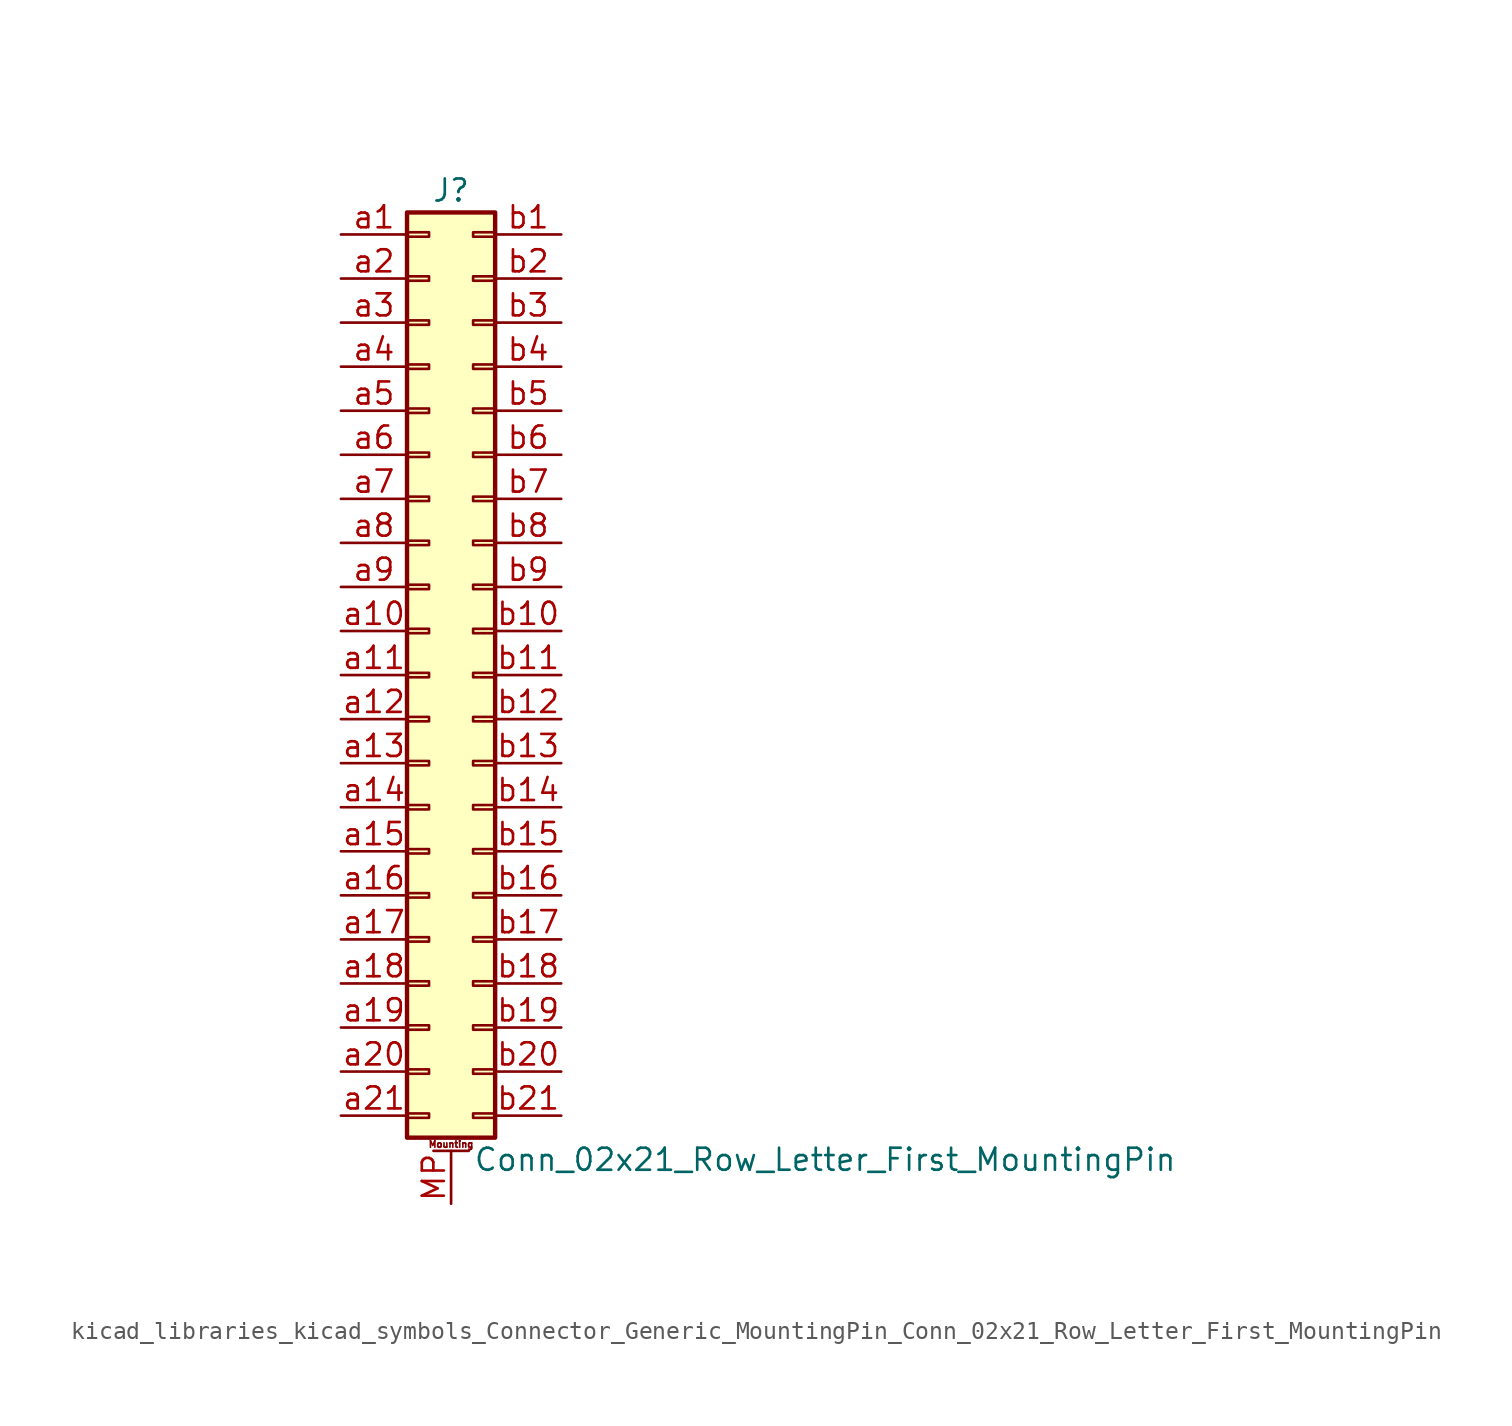
<source format=kicad_sym>
(kicad_symbol_lib
  (version 20220914)
  (generator kicad_symbol_editor)
  (symbol "kicad_libraries_kicad_symbols_Connector_Generic_MountingPin_Conn_02x21_Row_Letter_First_MountingPin"
    (pin_names
      (offset 1.016) hide)
    (property "Reference" "J"
      (at 1.27 27.94 0)
      (effects (font (size 1.27 1.27))))
    (property "Value" "Conn_02x21_Row_Letter_First_MountingPin"
      (at 2.54 -27.94 0)
      (effects (font (size 1.27 1.27)) (justify left)))
    (symbol "kicad_libraries_kicad_symbols_Connector_Generic_MountingPin_Conn_02x21_Row_Letter_First_MountingPin_1_1"
      (rectangle (start -1.27 -25.273) (end 0 -25.527) (stroke (width 0.152) (type default)) (fill (type none)))
      (rectangle (start -1.27 -22.733) (end 0 -22.987) (stroke (width 0.152) (type default)) (fill (type none)))
      (rectangle (start -1.27 -20.193) (end 0 -20.447) (stroke (width 0.152) (type default)) (fill (type none)))
      (rectangle (start -1.27 -17.653) (end 0 -17.907) (stroke (width 0.152) (type default)) (fill (type none)))
      (rectangle (start -1.27 -15.113) (end 0 -15.367) (stroke (width 0.152) (type default)) (fill (type none)))
      (rectangle (start -1.27 -12.573) (end 0 -12.827) (stroke (width 0.152) (type default)) (fill (type none)))
      (rectangle (start -1.27 -10.033) (end 0 -10.287) (stroke (width 0.152) (type default)) (fill (type none)))
      (rectangle (start -1.27 -7.493) (end 0 -7.747) (stroke (width 0.152) (type default)) (fill (type none)))
      (rectangle (start -1.27 -4.953) (end 0 -5.207) (stroke (width 0.152) (type default)) (fill (type none)))
      (rectangle (start -1.27 -2.413) (end 0 -2.667) (stroke (width 0.152) (type default)) (fill (type none)))
      (rectangle (start -1.27 0.127) (end 0 -0.127) (stroke (width 0.152) (type default)) (fill (type none)))
      (rectangle (start -1.27 2.667) (end 0 2.413) (stroke (width 0.152) (type default)) (fill (type none)))
      (rectangle (start -1.27 5.207) (end 0 4.953) (stroke (width 0.152) (type default)) (fill (type none)))
      (rectangle (start -1.27 7.747) (end 0 7.493) (stroke (width 0.152) (type default)) (fill (type none)))
      (rectangle (start -1.27 10.287) (end 0 10.033) (stroke (width 0.152) (type default)) (fill (type none)))
      (rectangle (start -1.27 12.827) (end 0 12.573) (stroke (width 0.152) (type default)) (fill (type none)))
      (rectangle (start -1.27 15.367) (end 0 15.113) (stroke (width 0.152) (type default)) (fill (type none)))
      (rectangle (start -1.27 17.907) (end 0 17.653) (stroke (width 0.152) (type default)) (fill (type none)))
      (rectangle (start -1.27 20.447) (end 0 20.193) (stroke (width 0.152) (type default)) (fill (type none)))
      (rectangle (start -1.27 22.987) (end 0 22.733) (stroke (width 0.152) (type default)) (fill (type none)))
      (rectangle (start -1.27 25.527) (end 0 25.273) (stroke (width 0.152) (type default)) (fill (type none)))
      (rectangle (start -1.27 26.67) (end 3.81 -26.67) (stroke (width 0.254) (type default)) (fill (type background)))
      (polyline (pts (xy 0.254 -27.432) (xy 2.286 -27.432)) (stroke (width 0.152) (type default)) (fill (type none)))
      (rectangle (start 3.81 -25.273) (end 2.54 -25.527) (stroke (width 0.152) (type default)) (fill (type none)))
      (rectangle (start 3.81 -22.733) (end 2.54 -22.987) (stroke (width 0.152) (type default)) (fill (type none)))
      (rectangle (start 3.81 -20.193) (end 2.54 -20.447) (stroke (width 0.152) (type default)) (fill (type none)))
      (rectangle (start 3.81 -17.653) (end 2.54 -17.907) (stroke (width 0.152) (type default)) (fill (type none)))
      (rectangle (start 3.81 -15.113) (end 2.54 -15.367) (stroke (width 0.152) (type default)) (fill (type none)))
      (rectangle (start 3.81 -12.573) (end 2.54 -12.827) (stroke (width 0.152) (type default)) (fill (type none)))
      (rectangle (start 3.81 -10.033) (end 2.54 -10.287) (stroke (width 0.152) (type default)) (fill (type none)))
      (rectangle (start 3.81 -7.493) (end 2.54 -7.747) (stroke (width 0.152) (type default)) (fill (type none)))
      (rectangle (start 3.81 -4.953) (end 2.54 -5.207) (stroke (width 0.152) (type default)) (fill (type none)))
      (rectangle (start 3.81 -2.413) (end 2.54 -2.667) (stroke (width 0.152) (type default)) (fill (type none)))
      (rectangle (start 3.81 0.127) (end 2.54 -0.127) (stroke (width 0.152) (type default)) (fill (type none)))
      (rectangle (start 3.81 2.667) (end 2.54 2.413) (stroke (width 0.152) (type default)) (fill (type none)))
      (rectangle (start 3.81 5.207) (end 2.54 4.953) (stroke (width 0.152) (type default)) (fill (type none)))
      (rectangle (start 3.81 7.747) (end 2.54 7.493) (stroke (width 0.152) (type default)) (fill (type none)))
      (rectangle (start 3.81 10.287) (end 2.54 10.033) (stroke (width 0.152) (type default)) (fill (type none)))
      (rectangle (start 3.81 12.827) (end 2.54 12.573) (stroke (width 0.152) (type default)) (fill (type none)))
      (rectangle (start 3.81 15.367) (end 2.54 15.113) (stroke (width 0.152) (type default)) (fill (type none)))
      (rectangle (start 3.81 17.907) (end 2.54 17.653) (stroke (width 0.152) (type default)) (fill (type none)))
      (rectangle (start 3.81 20.447) (end 2.54 20.193) (stroke (width 0.152) (type default)) (fill (type none)))
      (rectangle (start 3.81 22.987) (end 2.54 22.733) (stroke (width 0.152) (type default)) (fill (type none)))
      (rectangle (start 3.81 25.527) (end 2.54 25.273) (stroke (width 0.152) (type default)) (fill (type none)))
      (text "Mounting" (at 1.27 -27.051 0) (effects (font (size 0.381 0.381))))
      (pin passive line (at 1.27 -30.48 90) (length 3.048) (name "MountPin" (effects (font (size 1.27 1.27)))) (number "MP" (effects (font (size 1.27 1.27)))))
      (pin passive line (at -5.08 25.4 0) (length 3.81) (name "Pin_a1" (effects (font (size 1.27 1.27)))) (number "a1" (effects (font (size 1.27 1.27)))))
      (pin passive line (at -5.08 2.54 0) (length 3.81) (name "Pin_a10" (effects (font (size 1.27 1.27)))) (number "a10" (effects (font (size 1.27 1.27)))))
      (pin passive line (at -5.08 0 0) (length 3.81) (name "Pin_a11" (effects (font (size 1.27 1.27)))) (number "a11" (effects (font (size 1.27 1.27)))))
      (pin passive line (at -5.08 -2.54 0) (length 3.81) (name "Pin_a12" (effects (font (size 1.27 1.27)))) (number "a12" (effects (font (size 1.27 1.27)))))
      (pin passive line (at -5.08 -5.08 0) (length 3.81) (name "Pin_a13" (effects (font (size 1.27 1.27)))) (number "a13" (effects (font (size 1.27 1.27)))))
      (pin passive line (at -5.08 -7.62 0) (length 3.81) (name "Pin_a14" (effects (font (size 1.27 1.27)))) (number "a14" (effects (font (size 1.27 1.27)))))
      (pin passive line (at -5.08 -10.16 0) (length 3.81) (name "Pin_a15" (effects (font (size 1.27 1.27)))) (number "a15" (effects (font (size 1.27 1.27)))))
      (pin passive line (at -5.08 -12.7 0) (length 3.81) (name "Pin_a16" (effects (font (size 1.27 1.27)))) (number "a16" (effects (font (size 1.27 1.27)))))
      (pin passive line (at -5.08 -15.24 0) (length 3.81) (name "Pin_a17" (effects (font (size 1.27 1.27)))) (number "a17" (effects (font (size 1.27 1.27)))))
      (pin passive line (at -5.08 -17.78 0) (length 3.81) (name "Pin_a18" (effects (font (size 1.27 1.27)))) (number "a18" (effects (font (size 1.27 1.27)))))
      (pin passive line (at -5.08 -20.32 0) (length 3.81) (name "Pin_a19" (effects (font (size 1.27 1.27)))) (number "a19" (effects (font (size 1.27 1.27)))))
      (pin passive line (at -5.08 22.86 0) (length 3.81) (name "Pin_a2" (effects (font (size 1.27 1.27)))) (number "a2" (effects (font (size 1.27 1.27)))))
      (pin passive line (at -5.08 -22.86 0) (length 3.81) (name "Pin_a20" (effects (font (size 1.27 1.27)))) (number "a20" (effects (font (size 1.27 1.27)))))
      (pin passive line (at -5.08 -25.4 0) (length 3.81) (name "Pin_a21" (effects (font (size 1.27 1.27)))) (number "a21" (effects (font (size 1.27 1.27)))))
      (pin passive line (at -5.08 20.32 0) (length 3.81) (name "Pin_a3" (effects (font (size 1.27 1.27)))) (number "a3" (effects (font (size 1.27 1.27)))))
      (pin passive line (at -5.08 17.78 0) (length 3.81) (name "Pin_a4" (effects (font (size 1.27 1.27)))) (number "a4" (effects (font (size 1.27 1.27)))))
      (pin passive line (at -5.08 15.24 0) (length 3.81) (name "Pin_a5" (effects (font (size 1.27 1.27)))) (number "a5" (effects (font (size 1.27 1.27)))))
      (pin passive line (at -5.08 12.7 0) (length 3.81) (name "Pin_a6" (effects (font (size 1.27 1.27)))) (number "a6" (effects (font (size 1.27 1.27)))))
      (pin passive line (at -5.08 10.16 0) (length 3.81) (name "Pin_a7" (effects (font (size 1.27 1.27)))) (number "a7" (effects (font (size 1.27 1.27)))))
      (pin passive line (at -5.08 7.62 0) (length 3.81) (name "Pin_a8" (effects (font (size 1.27 1.27)))) (number "a8" (effects (font (size 1.27 1.27)))))
      (pin passive line (at -5.08 5.08 0) (length 3.81) (name "Pin_a9" (effects (font (size 1.27 1.27)))) (number "a9" (effects (font (size 1.27 1.27)))))
      (pin passive line (at 7.62 25.4 180) (length 3.81) (name "Pin_b1" (effects (font (size 1.27 1.27)))) (number "b1" (effects (font (size 1.27 1.27)))))
      (pin passive line (at 7.62 2.54 180) (length 3.81) (name "Pin_b10" (effects (font (size 1.27 1.27)))) (number "b10" (effects (font (size 1.27 1.27)))))
      (pin passive line (at 7.62 0 180) (length 3.81) (name "Pin_b11" (effects (font (size 1.27 1.27)))) (number "b11" (effects (font (size 1.27 1.27)))))
      (pin passive line (at 7.62 -2.54 180) (length 3.81) (name "Pin_b12" (effects (font (size 1.27 1.27)))) (number "b12" (effects (font (size 1.27 1.27)))))
      (pin passive line (at 7.62 -5.08 180) (length 3.81) (name "Pin_b13" (effects (font (size 1.27 1.27)))) (number "b13" (effects (font (size 1.27 1.27)))))
      (pin passive line (at 7.62 -7.62 180) (length 3.81) (name "Pin_b14" (effects (font (size 1.27 1.27)))) (number "b14" (effects (font (size 1.27 1.27)))))
      (pin passive line (at 7.62 -10.16 180) (length 3.81) (name "Pin_b15" (effects (font (size 1.27 1.27)))) (number "b15" (effects (font (size 1.27 1.27)))))
      (pin passive line (at 7.62 -12.7 180) (length 3.81) (name "Pin_b16" (effects (font (size 1.27 1.27)))) (number "b16" (effects (font (size 1.27 1.27)))))
      (pin passive line (at 7.62 -15.24 180) (length 3.81) (name "Pin_b17" (effects (font (size 1.27 1.27)))) (number "b17" (effects (font (size 1.27 1.27)))))
      (pin passive line (at 7.62 -17.78 180) (length 3.81) (name "Pin_b18" (effects (font (size 1.27 1.27)))) (number "b18" (effects (font (size 1.27 1.27)))))
      (pin passive line (at 7.62 -20.32 180) (length 3.81) (name "Pin_b19" (effects (font (size 1.27 1.27)))) (number "b19" (effects (font (size 1.27 1.27)))))
      (pin passive line (at 7.62 22.86 180) (length 3.81) (name "Pin_b2" (effects (font (size 1.27 1.27)))) (number "b2" (effects (font (size 1.27 1.27)))))
      (pin passive line (at 7.62 -22.86 180) (length 3.81) (name "Pin_b20" (effects (font (size 1.27 1.27)))) (number "b20" (effects (font (size 1.27 1.27)))))
      (pin passive line (at 7.62 -25.4 180) (length 3.81) (name "Pin_b21" (effects (font (size 1.27 1.27)))) (number "b21" (effects (font (size 1.27 1.27)))))
      (pin passive line (at 7.62 20.32 180) (length 3.81) (name "Pin_b3" (effects (font (size 1.27 1.27)))) (number "b3" (effects (font (size 1.27 1.27)))))
      (pin passive line (at 7.62 17.78 180) (length 3.81) (name "Pin_b4" (effects (font (size 1.27 1.27)))) (number "b4" (effects (font (size 1.27 1.27)))))
      (pin passive line (at 7.62 15.24 180) (length 3.81) (name "Pin_b5" (effects (font (size 1.27 1.27)))) (number "b5" (effects (font (size 1.27 1.27)))))
      (pin passive line (at 7.62 12.7 180) (length 3.81) (name "Pin_b6" (effects (font (size 1.27 1.27)))) (number "b6" (effects (font (size 1.27 1.27)))))
      (pin passive line (at 7.62 10.16 180) (length 3.81) (name "Pin_b7" (effects (font (size 1.27 1.27)))) (number "b7" (effects (font (size 1.27 1.27)))))
      (pin passive line (at 7.62 7.62 180) (length 3.81) (name "Pin_b8" (effects (font (size 1.27 1.27)))) (number "b8" (effects (font (size 1.27 1.27)))))
      (pin passive line (at 7.62 5.08 180) (length 3.81) (name "Pin_b9" (effects (font (size 1.27 1.27)))) (number "b9" (effects (font (size 1.27 1.27))))))))
</source>
